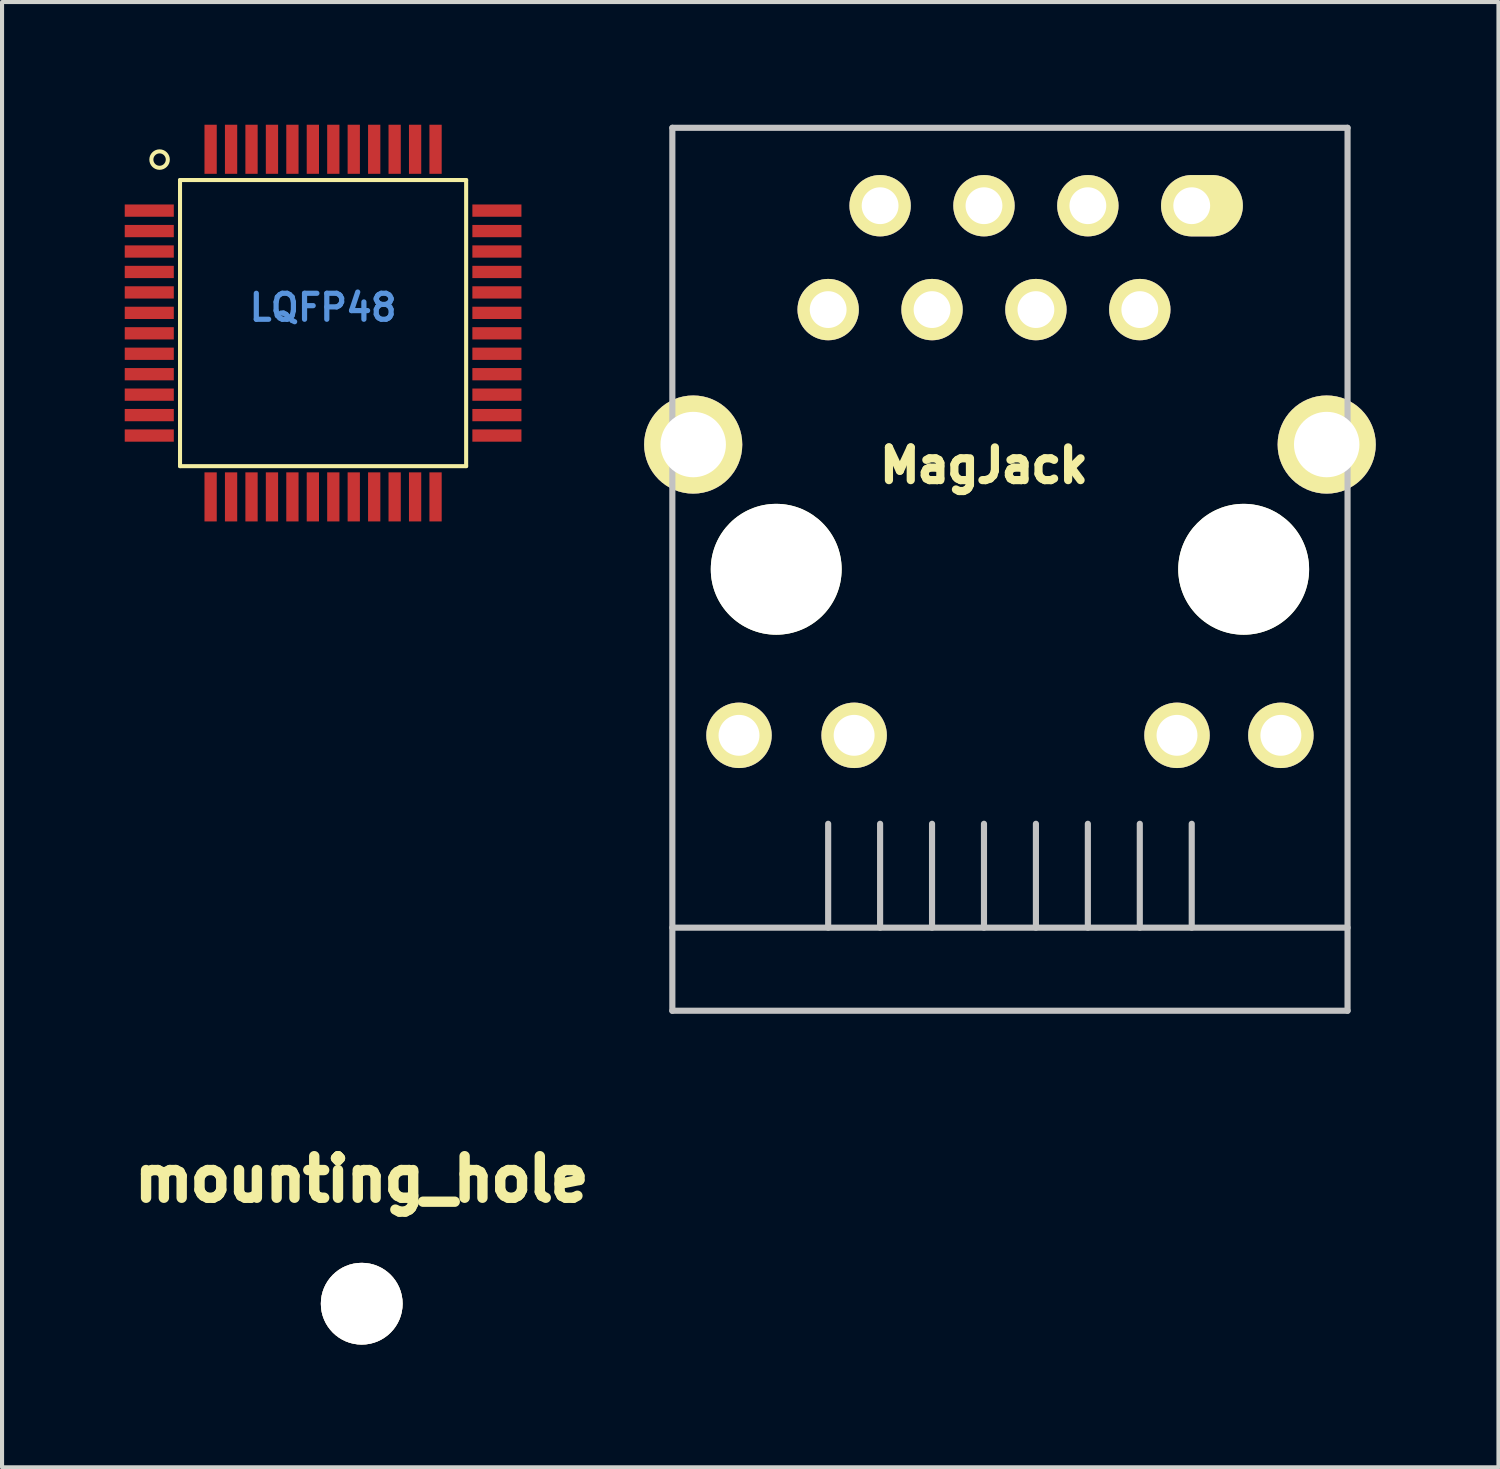
<source format=kicad_pcb>
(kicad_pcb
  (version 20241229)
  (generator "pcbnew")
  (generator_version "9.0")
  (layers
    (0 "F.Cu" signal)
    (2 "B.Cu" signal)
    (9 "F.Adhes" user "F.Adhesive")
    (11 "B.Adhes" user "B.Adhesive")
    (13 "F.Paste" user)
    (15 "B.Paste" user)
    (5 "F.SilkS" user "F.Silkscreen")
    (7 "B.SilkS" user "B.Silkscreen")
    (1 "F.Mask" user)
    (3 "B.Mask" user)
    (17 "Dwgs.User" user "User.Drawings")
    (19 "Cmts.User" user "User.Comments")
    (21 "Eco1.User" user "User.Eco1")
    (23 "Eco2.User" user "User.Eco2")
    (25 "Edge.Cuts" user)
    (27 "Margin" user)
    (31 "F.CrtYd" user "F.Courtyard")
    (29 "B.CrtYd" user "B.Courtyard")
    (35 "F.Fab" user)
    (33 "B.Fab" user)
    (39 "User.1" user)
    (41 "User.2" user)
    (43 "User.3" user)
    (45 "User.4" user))
  (footprint "mounting_hole"
    (layer "F.Cu")
    (at 5.795 28.828)
    (property "Reference" "mounting_hole" (at 0 -3.048 0) (layer "F.SilkS") (effects (font (size 1.016 1.016) (thickness 0.254))))
    (attr through_hole)
    (pad "1" thru_hole circle (at 0 0) (size 1.999 1.999) (drill 1.999) (layers "*.Cu" "*.Mask" "F.SilkS")))
  (footprint "MagJack"
    (layer "F.Cu")
    (at 15.93 10.87)
    (property "Reference" "MagJack" (at 5.08 -2.54 0) (layer "F.SilkS") (effects (font (size 0.8 0.8) (thickness 0.2))))
    (attr through_hole)
    (fp_line (start -2.54 -10.795) (end -2.54 10.795) (stroke (width 0.15) (type solid)) (layer "Dwgs.User"))
    (fp_line (start -2.54 -10.795) (end 13.97 -10.795) (stroke (width 0.15) (type solid)) (layer "Dwgs.User"))
    (fp_line (start -2.54 8.763) (end 13.97 8.763) (stroke (width 0.15) (type solid)) (layer "Dwgs.User"))
    (fp_line (start -2.54 10.795) (end 13.97 10.795) (stroke (width 0.15) (type solid)) (layer "Dwgs.User"))
    (fp_line (start 1.27 8.763) (end 1.27 6.223) (stroke (width 0.15) (type solid)) (layer "Dwgs.User"))
    (fp_line (start 2.54 8.763) (end 2.54 6.223) (stroke (width 0.15) (type solid)) (layer "Dwgs.User"))
    (fp_line (start 3.81 8.763) (end 3.81 6.223) (stroke (width 0.15) (type solid)) (layer "Dwgs.User"))
    (fp_line (start 5.08 8.763) (end 5.08 6.223) (stroke (width 0.15) (type solid)) (layer "Dwgs.User"))
    (fp_line (start 6.35 8.763) (end 6.35 6.223) (stroke (width 0.15) (type solid)) (layer "Dwgs.User"))
    (fp_line (start 7.62 8.763) (end 7.62 6.223) (stroke (width 0.15) (type solid)) (layer "Dwgs.User"))
    (fp_line (start 8.89 8.763) (end 8.89 6.223) (stroke (width 0.15) (type solid)) (layer "Dwgs.User"))
    (fp_line (start 10.16 8.763) (end 10.16 6.223) (stroke (width 0.15) (type solid)) (layer "Dwgs.User"))
    (fp_line (start 13.97 10.795) (end 13.97 -10.795) (stroke (width 0.15) (type solid)) (layer "Dwgs.User"))
    (pad "" np_thru_hole circle (at 0 0) (size 3.2 3.2) (drill 3.2) (layers "*.Cu" "*.Mask" "F.SilkS"))
    (pad "" np_thru_hole circle (at 11.43 0) (size 3.2 3.2) (drill 3.2) (layers "*.Cu" "*.Mask" "F.SilkS"))
    (pad "1" thru_hole circle (at 1.27 -6.35) (size 1.5 1.5) (drill 0.9) (layers "*.Cu" "*.Mask" "F.SilkS"))
    (pad "2" thru_hole circle (at 2.54 -8.89) (size 1.5 1.5) (drill 0.9) (layers "*.Cu" "*.Mask" "F.SilkS"))
    (pad "3" thru_hole circle (at 3.81 -6.35) (size 1.5 1.5) (drill 0.9) (layers "*.Cu" "*.Mask" "F.SilkS"))
    (pad "4" thru_hole circle (at 5.08 -8.89) (size 1.5 1.5) (drill 0.9) (layers "*.Cu" "*.Mask" "F.SilkS"))
    (pad "5" thru_hole circle (at 6.35 -6.35) (size 1.5 1.5) (drill 0.9) (layers "*.Cu" "*.Mask" "F.SilkS"))
    (pad "6" thru_hole circle (at 7.62 -8.89) (size 1.5 1.5) (drill 0.9) (layers "*.Cu" "*.Mask" "F.SilkS"))
    (pad "7" thru_hole circle (at 8.89 -6.35) (size 1.5 1.5) (drill 0.9) (layers "*.Cu" "*.Mask" "F.SilkS"))
    (pad "8" thru_hole oval (at 10.16 -8.89) (size 2 1.5) (drill 0.9 (offset 0.25 0)) (layers "*.Cu" "*.Mask" "F.SilkS"))
    (pad "13" thru_hole circle (at -2.03 -3.05) (size 2.4 2.4) (drill 1.6) (layers "*.Cu" "*.Mask" "F.SilkS"))
    (pad "13" thru_hole circle (at 13.46 -3.05) (size 2.4 2.4) (drill 1.6) (layers "*.Cu" "*.Mask" "F.SilkS"))
    (pad "GA" thru_hole circle (at 9.8 4.06) (size 1.6 1.6) (drill 1) (layers "*.Cu" "*.Mask" "F.SilkS"))
    (pad "GK" thru_hole circle (at 12.34 4.06) (size 1.6 1.6) (drill 1) (layers "*.Cu" "*.Mask" "F.SilkS"))
    (pad "YA" thru_hole circle (at -0.91 4.06) (size 1.6 1.6) (drill 1) (layers "*.Cu" "*.Mask" "F.SilkS"))
    (pad "YK" thru_hole circle (at 1.905 4.06) (size 1.6 1.6) (drill 1) (layers "*.Cu" "*.Mask" "F.SilkS")))
  (footprint "LQFP48"
    (layer "F.Cu")
    (at 4.85 4.85)
    (property "Reference" "LQFP48" (at 0 -0.381 0) (layer "Cmts.User") (effects (font (size 0.635 0.635) (thickness 0.127))))
    (attr smd)
    (fp_line (start -3.498 -3.498) (end -3.498 3.498) (stroke (width 0.099) (type solid)) (layer "F.SilkS"))
    (fp_line (start -3.498 3.498) (end 3.498 3.498) (stroke (width 0.099) (type solid)) (layer "F.SilkS"))
    (fp_line (start 3.498 -3.498) (end -3.498 -3.498) (stroke (width 0.099) (type solid)) (layer "F.SilkS"))
    (fp_line (start 3.498 3.498) (end 3.498 -3.498) (stroke (width 0.099) (type solid)) (layer "F.SilkS"))
    (fp_circle (center -3.998 -3.998) (end -3.998 -4.199) (stroke (width 0.099) (type solid)) (fill no) (layer "F.SilkS"))
    (pad "1" smd rect (at -4.25 -2.75) (size 1.2 0.3) (layers "F.Cu" "F.Mask" "F.Paste"))
    (pad "2" smd rect (at -4.25 -2.25) (size 1.2 0.3) (layers "F.Cu" "F.Mask" "F.Paste"))
    (pad "3" smd rect (at -4.25 -1.75) (size 1.2 0.3) (layers "F.Cu" "F.Mask" "F.Paste"))
    (pad "4" smd rect (at -4.25 -1.25) (size 1.2 0.3) (layers "F.Cu" "F.Mask" "F.Paste"))
    (pad "5" smd rect (at -4.25 -0.75) (size 1.2 0.3) (layers "F.Cu" "F.Mask" "F.Paste"))
    (pad "6" smd rect (at -4.25 -0.25) (size 1.2 0.3) (layers "F.Cu" "F.Mask" "F.Paste"))
    (pad "7" smd rect (at -4.25 0.25) (size 1.2 0.3) (layers "F.Cu" "F.Mask" "F.Paste"))
    (pad "8" smd rect (at -4.25 0.75) (size 1.2 0.3) (layers "F.Cu" "F.Mask" "F.Paste"))
    (pad "9" smd rect (at -4.25 1.25) (size 1.2 0.3) (layers "F.Cu" "F.Mask" "F.Paste"))
    (pad "10" smd rect (at -4.25 1.75) (size 1.2 0.3) (layers "F.Cu" "F.Mask" "F.Paste"))
    (pad "11" smd rect (at -4.25 2.25) (size 1.2 0.3) (layers "F.Cu" "F.Mask" "F.Paste"))
    (pad "12" smd rect (at -4.25 2.75) (size 1.2 0.3) (layers "F.Cu" "F.Mask" "F.Paste"))
    (pad "13" smd rect (at -2.75 4.25) (size 0.3 1.2) (layers "F.Cu" "F.Mask" "F.Paste"))
    (pad "14" smd rect (at -2.25 4.25) (size 0.3 1.2) (layers "F.Cu" "F.Mask" "F.Paste"))
    (pad "15" smd rect (at -1.75 4.25) (size 0.3 1.2) (layers "F.Cu" "F.Mask" "F.Paste"))
    (pad "16" smd rect (at -1.25 4.25) (size 0.3 1.2) (layers "F.Cu" "F.Mask" "F.Paste"))
    (pad "17" smd rect (at -0.75 4.25) (size 0.3 1.2) (layers "F.Cu" "F.Mask" "F.Paste"))
    (pad "18" smd rect (at -0.25 4.25) (size 0.3 1.2) (layers "F.Cu" "F.Mask" "F.Paste"))
    (pad "19" smd rect (at 0.25 4.25) (size 0.3 1.2) (layers "F.Cu" "F.Mask" "F.Paste"))
    (pad "20" smd rect (at 0.75 4.25) (size 0.3 1.2) (layers "F.Cu" "F.Mask" "F.Paste"))
    (pad "21" smd rect (at 1.25 4.25) (size 0.3 1.2) (layers "F.Cu" "F.Mask" "F.Paste"))
    (pad "22" smd rect (at 1.75 4.25) (size 0.3 1.2) (layers "F.Cu" "F.Mask" "F.Paste"))
    (pad "23" smd rect (at 2.25 4.25) (size 0.3 1.2) (layers "F.Cu" "F.Mask" "F.Paste"))
    (pad "24" smd rect (at 2.75 4.25) (size 0.3 1.2) (layers "F.Cu" "F.Mask" "F.Paste"))
    (pad "25" smd rect (at 4.25 2.75) (size 1.2 0.3) (layers "F.Cu" "F.Mask" "F.Paste"))
    (pad "26" smd rect (at 4.25 2.25) (size 1.2 0.3) (layers "F.Cu" "F.Mask" "F.Paste"))
    (pad "27" smd rect (at 4.25 1.75) (size 1.2 0.3) (layers "F.Cu" "F.Mask" "F.Paste"))
    (pad "28" smd rect (at 4.25 1.25) (size 1.2 0.3) (layers "F.Cu" "F.Mask" "F.Paste"))
    (pad "29" smd rect (at 4.25 0.75) (size 1.2 0.3) (layers "F.Cu" "F.Mask" "F.Paste"))
    (pad "30" smd rect (at 4.25 0.25) (size 1.2 0.3) (layers "F.Cu" "F.Mask" "F.Paste"))
    (pad "31" smd rect (at 4.25 -0.25) (size 1.2 0.3) (layers "F.Cu" "F.Mask" "F.Paste"))
    (pad "32" smd rect (at 4.25 -0.75) (size 1.2 0.3) (layers "F.Cu" "F.Mask" "F.Paste"))
    (pad "33" smd rect (at 4.25 -1.25) (size 1.2 0.3) (layers "F.Cu" "F.Mask" "F.Paste"))
    (pad "34" smd rect (at 4.25 -1.75) (size 1.2 0.3) (layers "F.Cu" "F.Mask" "F.Paste"))
    (pad "35" smd rect (at 4.25 -2.25) (size 1.2 0.3) (layers "F.Cu" "F.Mask" "F.Paste"))
    (pad "36" smd rect (at 4.25 -2.75) (size 1.2 0.3) (layers "F.Cu" "F.Mask" "F.Paste"))
    (pad "37" smd rect (at 2.75 -4.25) (size 0.3 1.2) (layers "F.Cu" "F.Mask" "F.Paste"))
    (pad "38" smd rect (at 2.25 -4.25) (size 0.3 1.2) (layers "F.Cu" "F.Mask" "F.Paste"))
    (pad "39" smd rect (at 1.75 -4.25) (size 0.3 1.2) (layers "F.Cu" "F.Mask" "F.Paste"))
    (pad "40" smd rect (at 1.25 -4.25) (size 0.3 1.2) (layers "F.Cu" "F.Mask" "F.Paste"))
    (pad "41" smd rect (at 0.75 -4.25) (size 0.3 1.2) (layers "F.Cu" "F.Mask" "F.Paste"))
    (pad "42" smd rect (at 0.25 -4.25) (size 0.3 1.2) (layers "F.Cu" "F.Mask" "F.Paste"))
    (pad "43" smd rect (at -0.25 -4.25) (size 0.3 1.2) (layers "F.Cu" "F.Mask" "F.Paste"))
    (pad "44" smd rect (at -0.75 -4.25) (size 0.3 1.2) (layers "F.Cu" "F.Mask" "F.Paste"))
    (pad "45" smd rect (at -1.25 -4.25) (size 0.3 1.2) (layers "F.Cu" "F.Mask" "F.Paste"))
    (pad "46" smd rect (at -1.75 -4.25) (size 0.3 1.2) (layers "F.Cu" "F.Mask" "F.Paste"))
    (pad "47" smd rect (at -2.25 -4.25) (size 0.3 1.2) (layers "F.Cu" "F.Mask" "F.Paste"))
    (pad "48" smd rect (at -2.75 -4.25) (size 0.3 1.2) (layers "F.Cu" "F.Mask" "F.Paste")))
  (gr_rect
    (start -3 -3)
    (end 33.59 32.828)
    (stroke (width 0.1) (type default))
    (fill no)
    (layer "Edge.Cuts")))
</source>
